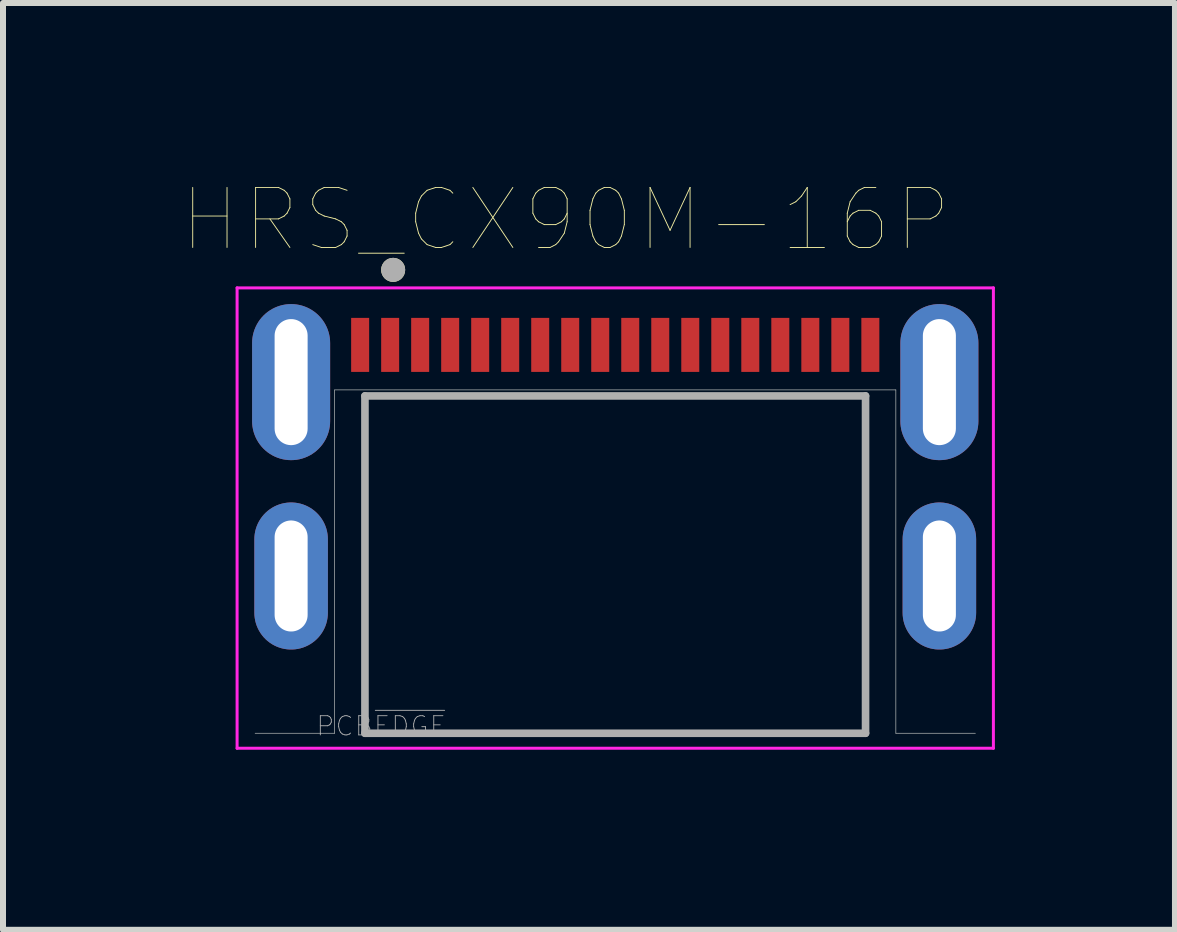
<source format=kicad_pcb>
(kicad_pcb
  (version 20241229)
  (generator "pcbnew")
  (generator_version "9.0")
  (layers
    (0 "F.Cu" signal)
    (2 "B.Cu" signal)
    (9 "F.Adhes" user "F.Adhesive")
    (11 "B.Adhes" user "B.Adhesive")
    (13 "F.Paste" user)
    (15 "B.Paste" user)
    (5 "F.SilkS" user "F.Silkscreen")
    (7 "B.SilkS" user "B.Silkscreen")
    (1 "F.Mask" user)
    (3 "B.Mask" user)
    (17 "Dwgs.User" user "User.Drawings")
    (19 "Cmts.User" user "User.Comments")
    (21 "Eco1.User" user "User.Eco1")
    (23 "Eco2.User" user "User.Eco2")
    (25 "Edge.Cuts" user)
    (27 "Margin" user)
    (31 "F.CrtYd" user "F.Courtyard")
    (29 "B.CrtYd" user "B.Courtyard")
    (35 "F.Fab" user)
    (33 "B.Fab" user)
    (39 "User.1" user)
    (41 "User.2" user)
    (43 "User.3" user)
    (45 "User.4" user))
  (footprint "HRS_CX90M-16P"
    (layer "F.Cu")
    (at 7.2 6.546)
    (property "Reference" "HRS_CX90M-16P" (at -0.825 -5.935 0) (layer "F.SilkS") (effects (font (size 1 1) (thickness 0.015))))
    (attr through_hole)
    (fp_circle (center -3.7 -5.1) (end -3.6 -5.1) (stroke (width 0.2) (type solid)) (fill no) (layer "F.SilkS"))
    (fp_line (start -6 2.62) (end -4.675 2.62) (stroke (width 0.01) (type solid)) (layer "Edge.Cuts"))
    (fp_line (start -4.675 -3.1) (end 4.675 -3.1) (stroke (width 0.01) (type solid)) (layer "Edge.Cuts"))
    (fp_line (start -4.675 2.62) (end -4.675 -3.1) (stroke (width 0.01) (type solid)) (layer "Edge.Cuts"))
    (fp_line (start 4.675 -3.1) (end 4.675 2.62) (stroke (width 0.01) (type solid)) (layer "Edge.Cuts"))
    (fp_line (start 4.675 2.62) (end 6 2.62) (stroke (width 0.01) (type solid)) (layer "Edge.Cuts"))
    (fp_line (start -6.3 -4.8) (end 6.3 -4.8) (stroke (width 0.05) (type solid)) (layer "F.CrtYd"))
    (fp_line (start -6.3 2.87) (end -6.3 -4.8) (stroke (width 0.05) (type solid)) (layer "F.CrtYd"))
    (fp_line (start 6.3 -4.8) (end 6.3 2.87) (stroke (width 0.05) (type solid)) (layer "F.CrtYd"))
    (fp_line (start 6.3 2.87) (end -6.3 2.87) (stroke (width 0.05) (type solid)) (layer "F.CrtYd"))
    (fp_line (start -4.17 -3) (end -4.17 2.62) (stroke (width 0.127) (type solid)) (layer "F.Fab"))
    (fp_line (start -4.17 2.62) (end 4.17 2.62) (stroke (width 0.127) (type solid)) (layer "F.Fab"))
    (fp_line (start 4.17 -3) (end -4.17 -3) (stroke (width 0.127) (type solid)) (layer "F.Fab"))
    (fp_line (start 4.17 2.62) (end 4.17 -3) (stroke (width 0.127) (type solid)) (layer "F.Fab"))
    (fp_circle (center -3.7 -5.1) (end -3.6 -5.1) (stroke (width 0.2) (type solid)) (fill no) (layer "F.Fab"))
    (fp_text user "PCB~{EDGE}" (at -3.9 2.5 0) (layer "F.Fab") (effects (font (size 0.32 0.32) (thickness 0.015))))
    (pad "A1" smd rect (at -3.75 -3.85) (size 0.3 0.9) (layers "F.Cu" "F.Mask" "F.Paste"))
    (pad "A4" smd rect (at -2.75 -3.85) (size 0.3 0.9) (layers "F.Cu" "F.Mask" "F.Paste"))
    (pad "A5" smd rect (at -1.75 -3.85) (size 0.3 0.9) (layers "F.Cu" "F.Mask" "F.Paste"))
    (pad "A6" smd rect (at -0.75 -3.85) (size 0.3 0.9) (layers "F.Cu" "F.Mask" "F.Paste"))
    (pad "A7" smd rect (at 0.75 -3.85) (size 0.3 0.9) (layers "F.Cu" "F.Mask" "F.Paste"))
    (pad "A8" smd rect (at 1.75 -3.85) (size 0.3 0.9) (layers "F.Cu" "F.Mask" "F.Paste"))
    (pad "A9" smd rect (at 2.75 -3.85) (size 0.3 0.9) (layers "F.Cu" "F.Mask" "F.Paste"))
    (pad "A12" smd rect (at 3.75 -3.85) (size 0.3 0.9) (layers "F.Cu" "F.Mask" "F.Paste"))
    (pad "B1" smd rect (at 3.25 -3.85) (size 0.3 0.9) (layers "F.Cu" "F.Mask" "F.Paste"))
    (pad "B4" smd rect (at 2.25 -3.85) (size 0.3 0.9) (layers "F.Cu" "F.Mask" "F.Paste"))
    (pad "B5" smd rect (at 1.25 -3.85) (size 0.3 0.9) (layers "F.Cu" "F.Mask" "F.Paste"))
    (pad "B6" smd rect (at 0.25 -3.85) (size 0.3 0.9) (layers "F.Cu" "F.Mask" "F.Paste"))
    (pad "B7" smd rect (at -0.25 -3.85) (size 0.3 0.9) (layers "F.Cu" "F.Mask" "F.Paste"))
    (pad "B8" smd rect (at -1.25 -3.85) (size 0.3 0.9) (layers "F.Cu" "F.Mask" "F.Paste"))
    (pad "B9" smd rect (at -2.25 -3.85) (size 0.3 0.9) (layers "F.Cu" "F.Mask" "F.Paste"))
    (pad "B12" smd rect (at -3.25 -3.85) (size 0.3 0.9) (layers "F.Cu" "F.Mask" "F.Paste"))
    (pad "MID1" smd rect (at -4.25 -3.85) (size 0.3 0.9) (layers "F.Cu" "F.Mask" "F.Paste"))
    (pad "MID2" smd rect (at 4.25 -3.85) (size 0.3 0.9) (layers "F.Cu" "F.Mask" "F.Paste"))
    (pad "S1" thru_hole oval (at -5.4 -3.23) (size 1.3 2.6) (drill oval 0.55 2.1) (layers "*.Cu" "*.Mask"))
    (pad "S2" thru_hole oval (at 5.4 -3.23) (size 1.3 2.6) (drill oval 0.55 2.1) (layers "*.Cu" "*.Mask"))
    (pad "S3" thru_hole oval (at -5.4 0) (size 1.225 2.45) (drill oval 0.55 1.85) (layers "*.Cu" "*.Mask"))
    (pad "S4" thru_hole oval (at 5.4 0) (size 1.225 2.45) (drill oval 0.55 1.85) (layers "*.Cu" "*.Mask")))
  (gr_rect
    (start -3 -3)
    (end 16.525 12.441)
    (stroke (width 0.1) (type default))
    (fill no)
    (layer "Edge.Cuts")))
</source>
